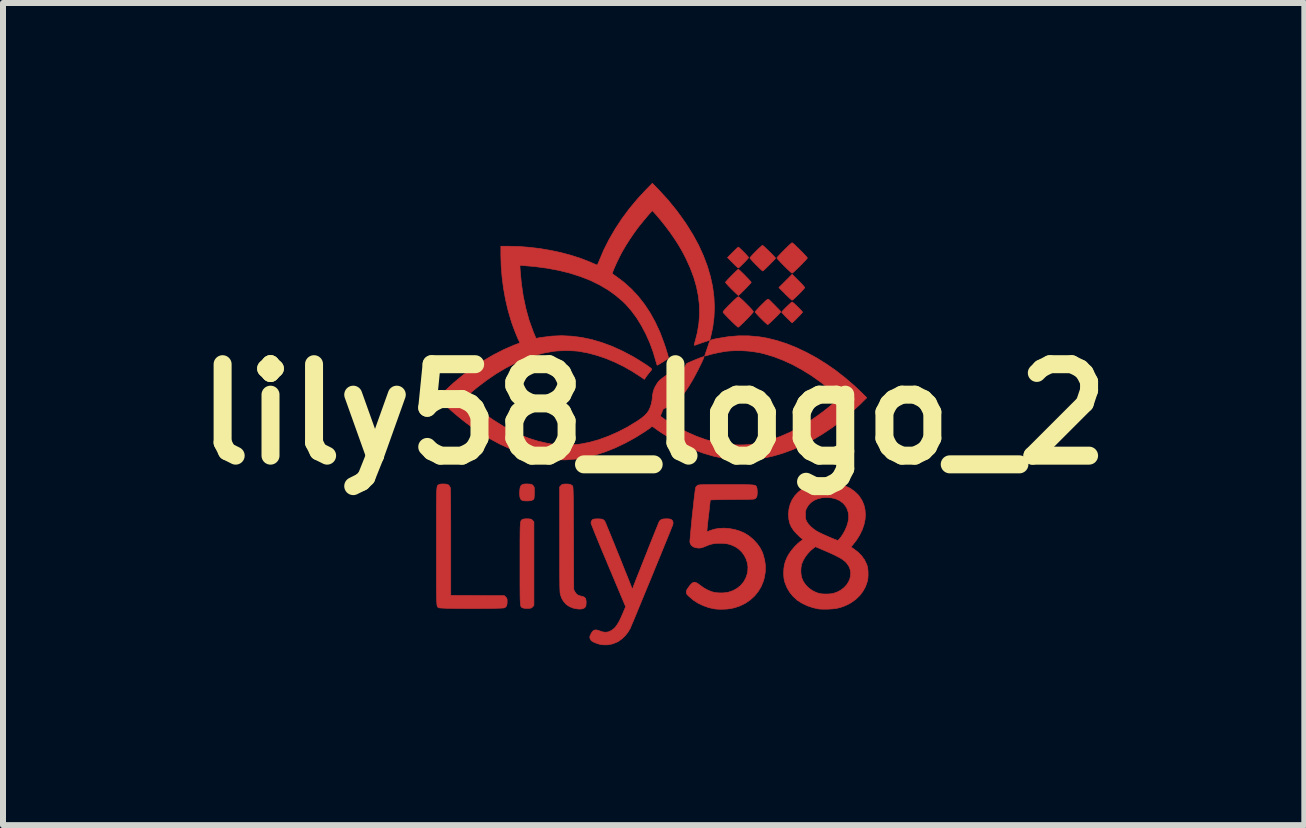
<source format=kicad_pcb>
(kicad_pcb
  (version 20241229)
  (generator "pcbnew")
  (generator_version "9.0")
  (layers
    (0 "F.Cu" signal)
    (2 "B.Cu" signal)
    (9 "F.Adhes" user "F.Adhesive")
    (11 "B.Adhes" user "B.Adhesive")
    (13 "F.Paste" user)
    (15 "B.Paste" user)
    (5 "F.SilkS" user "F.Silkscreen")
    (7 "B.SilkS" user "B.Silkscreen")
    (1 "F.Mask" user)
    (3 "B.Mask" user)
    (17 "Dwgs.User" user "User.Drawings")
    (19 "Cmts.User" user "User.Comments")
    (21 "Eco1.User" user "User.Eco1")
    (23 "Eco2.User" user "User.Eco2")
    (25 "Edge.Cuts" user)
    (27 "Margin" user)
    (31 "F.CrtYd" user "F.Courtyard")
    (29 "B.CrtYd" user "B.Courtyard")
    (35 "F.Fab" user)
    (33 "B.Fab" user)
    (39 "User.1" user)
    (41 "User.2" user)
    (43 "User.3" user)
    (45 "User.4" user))
  (footprint "lily58_logo_2"
    (layer "F.Cu")
    (at 7.845 3.855)
    (property "Reference" "lily58_logo_2" (at 0 0 0) (layer "F.SilkS") (effects (font (size 1.524 1.524) (thickness 0.3))))
    (attr through_hole)
    (fp_poly (pts (xy 2.413 -2.228) (xy 2.445 -2.196) (xy 2.473 -2.166) (xy 2.495 -2.142) (xy 2.511 -2.123) (xy 2.518 -2.113) (xy 2.518 -2.112) (xy 2.513 -2.103) (xy 2.5 -2.087) (xy 2.479 -2.064) (xy 2.454 -2.037) (xy 2.426 -2.009) (xy 2.397 -1.98) (xy 2.369 -1.953) (xy 2.344 -1.93) (xy 2.324 -1.912) (xy 2.311 -1.903) (xy 2.308 -1.901) (xy 2.299 -1.906) (xy 2.283 -1.92) (xy 2.259 -1.941) (xy 2.231 -1.968) (xy 2.199 -1.999) (xy 2.192 -2.007) (xy 2.087 -2.112) (xy 2.197 -2.222) (xy 2.308 -2.333) (xy 2.413 -2.228)) (stroke (width 0.01) (type solid)) (fill yes) (layer "F.Cu"))
    (fp_poly (pts (xy 1.419 -2.782) (xy 1.435 -2.768) (xy 1.456 -2.748) (xy 1.481 -2.724) (xy 1.507 -2.698) (xy 1.532 -2.672) (xy 1.554 -2.648) (xy 1.571 -2.629) (xy 1.581 -2.616) (xy 1.582 -2.613) (xy 1.577 -2.604) (xy 1.564 -2.588) (xy 1.544 -2.566) (xy 1.521 -2.541) (xy 1.495 -2.514) (xy 1.469 -2.489) (xy 1.446 -2.467) (xy 1.427 -2.449) (xy 1.414 -2.44) (xy 1.411 -2.438) (xy 1.404 -2.443) (xy 1.388 -2.457) (xy 1.366 -2.477) (xy 1.34 -2.503) (xy 1.317 -2.525) (xy 1.231 -2.612) (xy 1.317 -2.699) (xy 1.346 -2.728) (xy 1.372 -2.753) (xy 1.392 -2.772) (xy 1.406 -2.784) (xy 1.41 -2.787) (xy 1.419 -2.782)) (stroke (width 0.01) (type solid)) (fill yes) (layer "F.Cu"))
    (fp_poly (pts (xy -2.09 1.162) (xy -2.061 1.164) (xy -2.041 1.167) (xy -2.028 1.172) (xy -2.017 1.18) (xy -2.01 1.189) (xy -2.001 1.199) (xy -1.995 1.208) (xy -1.991 1.22) (xy -1.989 1.238) (xy -1.989 1.263) (xy -1.988 1.3) (xy -1.988 1.303) (xy -1.989 1.339) (xy -1.991 1.371) (xy -1.993 1.395) (xy -1.996 1.408) (xy -1.996 1.408) (xy -2.01 1.425) (xy -2.034 1.436) (xy -2.068 1.442) (xy -2.11 1.444) (xy -2.143 1.443) (xy -2.17 1.44) (xy -2.189 1.436) (xy -2.192 1.435) (xy -2.21 1.422) (xy -2.223 1.402) (xy -2.23 1.375) (xy -2.234 1.337) (xy -2.234 1.295) (xy -2.23 1.247) (xy -2.223 1.211) (xy -2.21 1.187) (xy -2.189 1.171) (xy -2.159 1.163) (xy -2.117 1.161) (xy -2.09 1.162)) (stroke (width 0.01) (type solid)) (fill yes) (layer "F.Cu"))
    (fp_poly (pts (xy 2.316 -1.867) (xy 2.332 -1.854) (xy 2.354 -1.835) (xy 2.379 -1.811) (xy 2.406 -1.785) (xy 2.431 -1.76) (xy 2.454 -1.736) (xy 2.471 -1.717) (xy 2.481 -1.705) (xy 2.482 -1.702) (xy 2.477 -1.695) (xy 2.464 -1.68) (xy 2.445 -1.659) (xy 2.421 -1.634) (xy 2.395 -1.608) (xy 2.37 -1.582) (xy 2.346 -1.559) (xy 2.326 -1.54) (xy 2.313 -1.527) (xy 2.308 -1.524) (xy 2.302 -1.529) (xy 2.287 -1.542) (xy 2.266 -1.563) (xy 2.24 -1.588) (xy 2.219 -1.609) (xy 2.19 -1.638) (xy 2.166 -1.664) (xy 2.147 -1.684) (xy 2.136 -1.698) (xy 2.134 -1.702) (xy 2.139 -1.71) (xy 2.152 -1.726) (xy 2.172 -1.747) (xy 2.196 -1.772) (xy 2.223 -1.798) (xy 2.249 -1.823) (xy 2.273 -1.845) (xy 2.292 -1.862) (xy 2.305 -1.871) (xy 2.308 -1.872) (xy 2.316 -1.867)) (stroke (width 0.01) (type solid)) (fill yes) (layer "F.Cu"))
    (fp_poly (pts (xy 1.419 -2.412) (xy 1.435 -2.398) (xy 1.457 -2.377) (xy 1.483 -2.352) (xy 1.512 -2.324) (xy 1.54 -2.294) (xy 1.568 -2.266) (xy 1.592 -2.24) (xy 1.611 -2.219) (xy 1.623 -2.204) (xy 1.626 -2.199) (xy 1.621 -2.191) (xy 1.607 -2.175) (xy 1.587 -2.153) (xy 1.562 -2.126) (xy 1.534 -2.097) (xy 1.505 -2.068) (xy 1.477 -2.04) (xy 1.452 -2.015) (xy 1.431 -1.996) (xy 1.417 -1.984) (xy 1.412 -1.981) (xy 1.405 -1.986) (xy 1.389 -2) (xy 1.367 -2.021) (xy 1.339 -2.047) (xy 1.308 -2.078) (xy 1.301 -2.084) (xy 1.27 -2.116) (xy 1.242 -2.145) (xy 1.22 -2.17) (xy 1.204 -2.188) (xy 1.198 -2.198) (xy 1.197 -2.199) (xy 1.202 -2.207) (xy 1.216 -2.223) (xy 1.236 -2.245) (xy 1.261 -2.272) (xy 1.289 -2.301) (xy 1.318 -2.33) (xy 1.346 -2.358) (xy 1.371 -2.382) (xy 1.392 -2.402) (xy 1.406 -2.414) (xy 1.412 -2.417) (xy 1.419 -2.412)) (stroke (width 0.01) (type solid)) (fill yes) (layer "F.Cu"))
    (fp_poly (pts (xy 1.822 -2.811) (xy 1.839 -2.797) (xy 1.861 -2.777) (xy 1.887 -2.752) (xy 1.916 -2.724) (xy 1.946 -2.695) (xy 1.974 -2.667) (xy 1.998 -2.642) (xy 2.017 -2.621) (xy 2.029 -2.607) (xy 2.032 -2.602) (xy 2.027 -2.594) (xy 2.014 -2.579) (xy 1.993 -2.557) (xy 1.968 -2.531) (xy 1.94 -2.503) (xy 1.911 -2.474) (xy 1.883 -2.446) (xy 1.858 -2.422) (xy 1.837 -2.403) (xy 1.823 -2.391) (xy 1.818 -2.388) (xy 1.811 -2.393) (xy 1.795 -2.406) (xy 1.772 -2.427) (xy 1.745 -2.454) (xy 1.714 -2.485) (xy 1.707 -2.491) (xy 1.676 -2.523) (xy 1.648 -2.552) (xy 1.626 -2.577) (xy 1.611 -2.595) (xy 1.604 -2.605) (xy 1.604 -2.606) (xy 1.609 -2.614) (xy 1.623 -2.631) (xy 1.643 -2.653) (xy 1.668 -2.68) (xy 1.696 -2.708) (xy 1.725 -2.737) (xy 1.753 -2.764) (xy 1.778 -2.787) (xy 1.798 -2.805) (xy 1.811 -2.814) (xy 1.814 -2.816) (xy 1.822 -2.811)) (stroke (width 0.01) (type solid)) (fill yes) (layer "F.Cu"))
    (fp_poly (pts (xy 1.913 -1.917) (xy 1.923 -1.91) (xy 1.94 -1.894) (xy 1.963 -1.872) (xy 1.989 -1.846) (xy 2.017 -1.818) (xy 2.045 -1.789) (xy 2.072 -1.762) (xy 2.094 -1.739) (xy 2.11 -1.721) (xy 2.118 -1.71) (xy 2.119 -1.708) (xy 2.114 -1.701) (xy 2.1 -1.685) (xy 2.08 -1.663) (xy 2.054 -1.637) (xy 2.026 -1.609) (xy 1.996 -1.58) (xy 1.968 -1.552) (xy 1.942 -1.528) (xy 1.921 -1.51) (xy 1.907 -1.498) (xy 1.901 -1.495) (xy 1.893 -1.5) (xy 1.876 -1.514) (xy 1.853 -1.535) (xy 1.825 -1.561) (xy 1.794 -1.592) (xy 1.791 -1.595) (xy 1.76 -1.626) (xy 1.733 -1.655) (xy 1.711 -1.679) (xy 1.697 -1.696) (xy 1.691 -1.705) (xy 1.691 -1.706) (xy 1.696 -1.714) (xy 1.71 -1.73) (xy 1.731 -1.754) (xy 1.757 -1.782) (xy 1.788 -1.814) (xy 1.795 -1.821) (xy 1.831 -1.856) (xy 1.858 -1.883) (xy 1.878 -1.901) (xy 1.893 -1.912) (xy 1.903 -1.918) (xy 1.91 -1.918) (xy 1.913 -1.917)) (stroke (width 0.01) (type solid)) (fill yes) (layer "F.Cu"))
    (fp_poly (pts (xy 1.421 -1.954) (xy 1.439 -1.94) (xy 1.463 -1.919) (xy 1.492 -1.893) (xy 1.522 -1.863) (xy 1.554 -1.831) (xy 1.585 -1.8) (xy 1.613 -1.771) (xy 1.636 -1.745) (xy 1.653 -1.724) (xy 1.661 -1.711) (xy 1.662 -1.709) (xy 1.657 -1.7) (xy 1.643 -1.683) (xy 1.622 -1.659) (xy 1.596 -1.631) (xy 1.567 -1.6) (xy 1.535 -1.568) (xy 1.504 -1.536) (xy 1.474 -1.507) (xy 1.448 -1.483) (xy 1.427 -1.464) (xy 1.413 -1.453) (xy 1.408 -1.451) (xy 1.4 -1.456) (xy 1.384 -1.47) (xy 1.36 -1.491) (xy 1.331 -1.519) (xy 1.299 -1.55) (xy 1.28 -1.569) (xy 1.245 -1.603) (xy 1.215 -1.635) (xy 1.189 -1.662) (xy 1.17 -1.683) (xy 1.159 -1.697) (xy 1.157 -1.701) (xy 1.157 -1.707) (xy 1.163 -1.718) (xy 1.175 -1.734) (xy 1.195 -1.755) (xy 1.223 -1.784) (xy 1.259 -1.822) (xy 1.275 -1.837) (xy 1.318 -1.88) (xy 1.354 -1.914) (xy 1.382 -1.939) (xy 1.401 -1.954) (xy 1.412 -1.959) (xy 1.421 -1.954)) (stroke (width 0.01) (type solid)) (fill yes) (layer "F.Cu"))
    (fp_poly (pts (xy 2.316 -2.854) (xy 2.333 -2.841) (xy 2.356 -2.82) (xy 2.383 -2.793) (xy 2.414 -2.764) (xy 2.445 -2.732) (xy 2.477 -2.701) (xy 2.505 -2.671) (xy 2.53 -2.645) (xy 2.548 -2.624) (xy 2.56 -2.61) (xy 2.562 -2.605) (xy 2.557 -2.597) (xy 2.543 -2.58) (xy 2.522 -2.557) (xy 2.496 -2.53) (xy 2.466 -2.499) (xy 2.435 -2.468) (xy 2.403 -2.437) (xy 2.373 -2.408) (xy 2.347 -2.383) (xy 2.326 -2.365) (xy 2.312 -2.354) (xy 2.308 -2.351) (xy 2.3 -2.356) (xy 2.283 -2.37) (xy 2.259 -2.392) (xy 2.23 -2.419) (xy 2.197 -2.451) (xy 2.175 -2.473) (xy 2.141 -2.508) (xy 2.111 -2.539) (xy 2.085 -2.567) (xy 2.066 -2.588) (xy 2.056 -2.602) (xy 2.054 -2.605) (xy 2.059 -2.614) (xy 2.073 -2.63) (xy 2.093 -2.653) (xy 2.12 -2.681) (xy 2.149 -2.711) (xy 2.181 -2.743) (xy 2.212 -2.774) (xy 2.242 -2.803) (xy 2.268 -2.827) (xy 2.289 -2.846) (xy 2.303 -2.857) (xy 2.308 -2.859) (xy 2.316 -2.854)) (stroke (width 0.01) (type solid)) (fill yes) (layer "F.Cu"))
    (fp_poly (pts (xy -2.099 1.743) (xy -2.069 1.744) (xy -2.049 1.747) (xy -2.036 1.752) (xy -2.026 1.76) (xy -2.017 1.769) (xy -1.996 1.793) (xy -1.996 3.186) (xy -2.017 3.209) (xy -2.028 3.221) (xy -2.039 3.228) (xy -2.053 3.232) (xy -2.075 3.234) (xy -2.099 3.235) (xy -2.141 3.235) (xy -2.172 3.23) (xy -2.183 3.226) (xy -2.19 3.223) (xy -2.197 3.22) (xy -2.203 3.216) (xy -2.208 3.21) (xy -2.212 3.203) (xy -2.216 3.191) (xy -2.219 3.176) (xy -2.221 3.155) (xy -2.223 3.128) (xy -2.225 3.095) (xy -2.226 3.054) (xy -2.227 3.004) (xy -2.227 2.945) (xy -2.228 2.876) (xy -2.228 2.796) (xy -2.228 2.703) (xy -2.228 2.598) (xy -2.228 2.489) (xy -2.228 2.372) (xy -2.228 2.268) (xy -2.228 2.176) (xy -2.228 2.097) (xy -2.227 2.029) (xy -2.227 1.971) (xy -2.226 1.922) (xy -2.225 1.882) (xy -2.223 1.849) (xy -2.221 1.823) (xy -2.218 1.803) (xy -2.215 1.788) (xy -2.212 1.777) (xy -2.207 1.769) (xy -2.203 1.763) (xy -2.197 1.759) (xy -2.19 1.756) (xy -2.184 1.752) (xy -2.167 1.746) (xy -2.144 1.743) (xy -2.113 1.742) (xy -2.099 1.743)) (stroke (width 0.01) (type solid)) (fill yes) (layer "F.Cu"))
    (fp_poly (pts (xy -1.422 1.163) (xy -1.386 1.17) (xy -1.361 1.185) (xy -1.351 1.196) (xy -1.349 1.2) (xy -1.348 1.205) (xy -1.346 1.213) (xy -1.345 1.224) (xy -1.344 1.239) (xy -1.343 1.259) (xy -1.342 1.285) (xy -1.341 1.317) (xy -1.34 1.357) (xy -1.339 1.404) (xy -1.339 1.46) (xy -1.338 1.526) (xy -1.338 1.602) (xy -1.337 1.689) (xy -1.337 1.789) (xy -1.336 1.9) (xy -1.335 2.026) (xy -1.335 2.068) (xy -1.332 2.921) (xy -1.314 2.957) (xy -1.289 2.993) (xy -1.257 3.017) (xy -1.217 3.029) (xy -1.214 3.03) (xy -1.175 3.039) (xy -1.149 3.053) (xy -1.134 3.073) (xy -1.128 3.095) (xy -1.125 3.126) (xy -1.126 3.158) (xy -1.129 3.188) (xy -1.135 3.207) (xy -1.155 3.228) (xy -1.185 3.242) (xy -1.227 3.247) (xy -1.274 3.244) (xy -1.344 3.23) (xy -1.406 3.204) (xy -1.459 3.167) (xy -1.502 3.119) (xy -1.535 3.062) (xy -1.557 2.996) (xy -1.558 2.987) (xy -1.56 2.975) (xy -1.561 2.96) (xy -1.562 2.94) (xy -1.563 2.914) (xy -1.564 2.882) (xy -1.565 2.844) (xy -1.565 2.797) (xy -1.566 2.743) (xy -1.566 2.679) (xy -1.567 2.605) (xy -1.567 2.52) (xy -1.567 2.424) (xy -1.567 2.315) (xy -1.567 2.193) (xy -1.567 2.081) (xy -1.568 1.212) (xy -1.547 1.189) (xy -1.535 1.176) (xy -1.523 1.169) (xy -1.507 1.165) (xy -1.482 1.163) (xy -1.471 1.162) (xy -1.422 1.163)) (stroke (width 0.01) (type solid)) (fill yes) (layer "F.Cu"))
    (fp_poly (pts (xy -3.494 1.162) (xy -3.463 1.164) (xy -3.442 1.167) (xy -3.428 1.173) (xy -3.416 1.181) (xy -3.415 1.182) (xy -3.4 1.202) (xy -3.389 1.225) (xy -3.389 1.226) (xy -3.388 1.237) (xy -3.387 1.263) (xy -3.386 1.303) (xy -3.385 1.356) (xy -3.384 1.422) (xy -3.384 1.501) (xy -3.383 1.593) (xy -3.383 1.697) (xy -3.382 1.812) (xy -3.382 1.94) (xy -3.382 2.078) (xy -3.382 2.135) (xy -3.382 3.019) (xy -2.936 3.021) (xy -2.489 3.023) (xy -2.466 3.046) (xy -2.453 3.06) (xy -2.446 3.072) (xy -2.443 3.087) (xy -2.442 3.111) (xy -2.442 3.123) (xy -2.444 3.163) (xy -2.451 3.191) (xy -2.465 3.211) (xy -2.485 3.225) (xy -2.486 3.225) (xy -2.498 3.228) (xy -2.523 3.23) (xy -2.56 3.232) (xy -2.607 3.233) (xy -2.663 3.235) (xy -2.726 3.236) (xy -2.794 3.237) (xy -2.868 3.237) (xy -2.944 3.238) (xy -3.022 3.238) (xy -3.1 3.238) (xy -3.177 3.237) (xy -3.252 3.237) (xy -3.322 3.236) (xy -3.387 3.235) (xy -3.444 3.234) (xy -3.494 3.232) (xy -3.533 3.23) (xy -3.562 3.228) (xy -3.577 3.226) (xy -3.579 3.225) (xy -3.585 3.222) (xy -3.591 3.22) (xy -3.595 3.217) (xy -3.6 3.213) (xy -3.603 3.208) (xy -3.607 3.199) (xy -3.61 3.188) (xy -3.612 3.173) (xy -3.614 3.153) (xy -3.616 3.127) (xy -3.617 3.096) (xy -3.618 3.057) (xy -3.619 3.011) (xy -3.62 2.957) (xy -3.621 2.894) (xy -3.621 2.821) (xy -3.621 2.738) (xy -3.621 2.643) (xy -3.621 2.536) (xy -3.621 2.417) (xy -3.621 2.285) (xy -3.621 2.199) (xy -3.621 2.058) (xy -3.621 1.931) (xy -3.621 1.817) (xy -3.621 1.715) (xy -3.621 1.625) (xy -3.621 1.546) (xy -3.62 1.477) (xy -3.62 1.417) (xy -3.619 1.366) (xy -3.618 1.323) (xy -3.617 1.288) (xy -3.615 1.259) (xy -3.613 1.236) (xy -3.611 1.218) (xy -3.608 1.204) (xy -3.605 1.194) (xy -3.601 1.187) (xy -3.597 1.182) (xy -3.592 1.179) (xy -3.587 1.176) (xy -3.581 1.174) (xy -3.577 1.171) (xy -3.559 1.165) (xy -3.535 1.162) (xy -3.502 1.162) (xy -3.494 1.162)) (stroke (width 0.01) (type solid)) (fill yes) (layer "F.Cu"))
    (fp_poly (pts (xy 0.249 1.743) (xy 0.278 1.748) (xy 0.29 1.752) (xy 0.312 1.771) (xy 0.323 1.798) (xy 0.322 1.83) (xy 0.321 1.834) (xy 0.318 1.844) (xy 0.309 1.866) (xy 0.295 1.9) (xy 0.278 1.944) (xy 0.256 1.998) (xy 0.231 2.06) (xy 0.202 2.13) (xy 0.171 2.206) (xy 0.138 2.287) (xy 0.103 2.373) (xy 0.066 2.463) (xy 0.028 2.555) (xy -0.01 2.649) (xy -0.049 2.744) (xy -0.088 2.838) (xy -0.126 2.93) (xy -0.163 3.02) (xy -0.199 3.107) (xy -0.233 3.19) (xy -0.265 3.267) (xy -0.294 3.338) (xy -0.32 3.401) (xy -0.343 3.456) (xy -0.363 3.502) (xy -0.378 3.538) (xy -0.388 3.562) (xy -0.393 3.574) (xy -0.394 3.574) (xy -0.43 3.635) (xy -0.476 3.692) (xy -0.528 3.742) (xy -0.584 3.783) (xy -0.612 3.798) (xy -0.685 3.827) (xy -0.76 3.842) (xy -0.835 3.843) (xy -0.89 3.836) (xy -0.932 3.824) (xy -0.974 3.809) (xy -1.011 3.792) (xy -1.032 3.779) (xy -1.048 3.762) (xy -1.06 3.739) (xy -1.06 3.737) (xy -1.064 3.721) (xy -1.064 3.707) (xy -1.059 3.691) (xy -1.049 3.668) (xy -1.046 3.661) (xy -1.025 3.626) (xy -1.002 3.603) (xy -0.975 3.594) (xy -0.943 3.596) (xy -0.903 3.609) (xy -0.901 3.61) (xy -0.848 3.628) (xy -0.8 3.633) (xy -0.755 3.627) (xy -0.711 3.607) (xy -0.683 3.589) (xy -0.654 3.564) (xy -0.627 3.534) (xy -0.601 3.495) (xy -0.573 3.448) (xy -0.545 3.389) (xy -0.519 3.33) (xy -0.467 3.207) (xy -0.756 2.52) (xy -0.805 2.402) (xy -0.851 2.294) (xy -0.892 2.195) (xy -0.928 2.107) (xy -0.96 2.029) (xy -0.987 1.963) (xy -1.009 1.907) (xy -1.026 1.864) (xy -1.038 1.833) (xy -1.044 1.815) (xy -1.045 1.81) (xy -1.039 1.783) (xy -1.028 1.766) (xy -1.019 1.756) (xy -1.009 1.75) (xy -0.996 1.747) (xy -0.975 1.745) (xy -0.944 1.743) (xy -0.939 1.743) (xy -0.894 1.744) (xy -0.862 1.748) (xy -0.838 1.758) (xy -0.82 1.775) (xy -0.81 1.792) (xy -0.805 1.803) (xy -0.795 1.826) (xy -0.781 1.86) (xy -0.763 1.904) (xy -0.741 1.956) (xy -0.717 2.015) (xy -0.691 2.08) (xy -0.662 2.149) (xy -0.633 2.222) (xy -0.603 2.297) (xy -0.572 2.372) (xy -0.542 2.447) (xy -0.513 2.52) (xy -0.485 2.59) (xy -0.459 2.655) (xy -0.435 2.714) (xy -0.414 2.767) (xy -0.396 2.811) (xy -0.383 2.846) (xy -0.373 2.87) (xy -0.369 2.881) (xy -0.369 2.881) (xy -0.363 2.899) (xy -0.357 2.909) (xy -0.356 2.91) (xy -0.351 2.904) (xy -0.344 2.888) (xy -0.342 2.881) (xy -0.338 2.87) (xy -0.329 2.846) (xy -0.315 2.811) (xy -0.298 2.767) (xy -0.278 2.714) (xy -0.254 2.655) (xy -0.228 2.59) (xy -0.201 2.52) (xy -0.172 2.447) (xy -0.142 2.372) (xy -0.112 2.297) (xy -0.083 2.222) (xy -0.054 2.149) (xy -0.026 2.08) (xy 0.000123 2.015) (xy 0.024 1.956) (xy 0.045 1.904) (xy 0.063 1.86) (xy 0.076 1.826) (xy 0.086 1.803) (xy 0.091 1.792) (xy 0.091 1.792) (xy 0.107 1.769) (xy 0.13 1.753) (xy 0.162 1.745) (xy 0.204 1.742) (xy 0.209 1.742) (xy 0.249 1.743)) (stroke (width 0.01) (type solid)) (fill yes) (layer "F.Cu"))
    (fp_poly (pts (xy 1.301 1.172) (xy 1.384 1.172) (xy 1.455 1.172) (xy 1.514 1.173) (xy 1.563 1.174) (xy 1.603 1.175) (xy 1.635 1.177) (xy 1.659 1.179) (xy 1.678 1.182) (xy 1.691 1.186) (xy 1.701 1.191) (xy 1.707 1.197) (xy 1.712 1.204) (xy 1.715 1.212) (xy 1.717 1.217) (xy 1.723 1.239) (xy 1.726 1.271) (xy 1.727 1.306) (xy 1.725 1.339) (xy 1.721 1.366) (xy 1.719 1.37) (xy 1.708 1.391) (xy 1.692 1.406) (xy 1.687 1.409) (xy 1.68 1.411) (xy 1.67 1.413) (xy 1.656 1.415) (xy 1.637 1.416) (xy 1.611 1.417) (xy 1.577 1.418) (xy 1.534 1.419) (xy 1.48 1.42) (xy 1.415 1.42) (xy 1.337 1.421) (xy 1.308 1.421) (xy 1.237 1.421) (xy 1.17 1.422) (xy 1.11 1.423) (xy 1.056 1.424) (xy 1.012 1.425) (xy 0.977 1.426) (xy 0.954 1.428) (xy 0.944 1.429) (xy 0.943 1.429) (xy 0.943 1.438) (xy 0.94 1.459) (xy 0.937 1.491) (xy 0.932 1.533) (xy 0.927 1.582) (xy 0.921 1.638) (xy 0.914 1.695) (xy 0.907 1.754) (xy 0.901 1.809) (xy 0.896 1.858) (xy 0.892 1.899) (xy 0.889 1.93) (xy 0.888 1.95) (xy 0.888 1.957) (xy 0.895 1.956) (xy 0.912 1.95) (xy 0.93 1.942) (xy 1.004 1.917) (xy 1.087 1.902) (xy 1.174 1.898) (xy 1.264 1.905) (xy 1.354 1.922) (xy 1.442 1.949) (xy 1.447 1.951) (xy 1.518 1.983) (xy 1.581 2.022) (xy 1.641 2.07) (xy 1.673 2.1) (xy 1.729 2.162) (xy 1.773 2.224) (xy 1.807 2.29) (xy 1.823 2.331) (xy 1.85 2.429) (xy 1.863 2.527) (xy 1.861 2.625) (xy 1.845 2.723) (xy 1.828 2.783) (xy 1.791 2.873) (xy 1.742 2.954) (xy 1.682 3.028) (xy 1.612 3.092) (xy 1.533 3.147) (xy 1.445 3.191) (xy 1.35 3.224) (xy 1.274 3.24) (xy 1.225 3.246) (xy 1.167 3.249) (xy 1.106 3.25) (xy 1.049 3.247) (xy 1.013 3.243) (xy 0.92 3.223) (xy 0.829 3.191) (xy 0.741 3.149) (xy 0.66 3.097) (xy 0.59 3.037) (xy 0.59 3.037) (xy 0.567 3.015) (xy 0.554 2.999) (xy 0.547 2.986) (xy 0.545 2.972) (xy 0.544 2.963) (xy 0.546 2.947) (xy 0.551 2.931) (xy 0.561 2.912) (xy 0.579 2.887) (xy 0.588 2.874) (xy 0.617 2.837) (xy 0.642 2.813) (xy 0.666 2.801) (xy 0.691 2.8) (xy 0.719 2.811) (xy 0.752 2.833) (xy 0.781 2.855) (xy 0.832 2.891) (xy 0.891 2.925) (xy 0.951 2.951) (xy 0.994 2.965) (xy 1.037 2.973) (xy 1.088 2.977) (xy 1.142 2.978) (xy 1.194 2.974) (xy 1.239 2.967) (xy 1.248 2.965) (xy 1.326 2.938) (xy 1.394 2.899) (xy 1.452 2.851) (xy 1.5 2.794) (xy 1.536 2.729) (xy 1.561 2.656) (xy 1.568 2.617) (xy 1.572 2.546) (xy 1.562 2.476) (xy 1.539 2.408) (xy 1.506 2.345) (xy 1.462 2.288) (xy 1.408 2.239) (xy 1.358 2.207) (xy 1.309 2.184) (xy 1.263 2.168) (xy 1.215 2.157) (xy 1.159 2.152) (xy 1.132 2.15) (xy 1.07 2.15) (xy 1.016 2.154) (xy 0.966 2.164) (xy 0.914 2.18) (xy 0.865 2.2) (xy 0.828 2.215) (xy 0.8 2.224) (xy 0.776 2.229) (xy 0.751 2.23) (xy 0.705 2.225) (xy 0.665 2.212) (xy 0.633 2.19) (xy 0.613 2.161) (xy 0.604 2.132) (xy 0.604 2.118) (xy 0.606 2.091) (xy 0.609 2.053) (xy 0.613 2.006) (xy 0.618 1.95) (xy 0.624 1.889) (xy 0.63 1.823) (xy 0.637 1.753) (xy 0.644 1.682) (xy 0.652 1.611) (xy 0.66 1.541) (xy 0.667 1.474) (xy 0.674 1.411) (xy 0.681 1.355) (xy 0.687 1.306) (xy 0.692 1.266) (xy 0.697 1.238) (xy 0.7 1.221) (xy 0.701 1.218) (xy 0.715 1.199) (xy 0.731 1.185) (xy 0.736 1.182) (xy 0.742 1.18) (xy 0.752 1.178) (xy 0.765 1.177) (xy 0.783 1.175) (xy 0.807 1.174) (xy 0.839 1.173) (xy 0.879 1.173) (xy 0.928 1.172) (xy 0.988 1.172) (xy 1.059 1.172) (xy 1.143 1.172) (xy 1.204 1.172) (xy 1.301 1.172)) (stroke (width 0.01) (type solid)) (fill yes) (layer "F.Cu"))
    (fp_poly (pts (xy 2.929 1.141) (xy 2.994 1.146) (xy 3.053 1.154) (xy 3.099 1.163) (xy 3.192 1.194) (xy 3.274 1.233) (xy 3.346 1.283) (xy 3.408 1.342) (xy 3.426 1.364) (xy 3.471 1.433) (xy 3.503 1.506) (xy 3.522 1.585) (xy 3.529 1.667) (xy 3.524 1.752) (xy 3.506 1.838) (xy 3.476 1.925) (xy 3.434 2.012) (xy 3.381 2.097) (xy 3.327 2.166) (xy 3.289 2.212) (xy 3.34 2.247) (xy 3.41 2.301) (xy 3.468 2.362) (xy 3.515 2.428) (xy 3.549 2.497) (xy 3.558 2.522) (xy 3.568 2.566) (xy 3.573 2.619) (xy 3.574 2.676) (xy 3.571 2.731) (xy 3.563 2.779) (xy 3.561 2.787) (xy 3.531 2.873) (xy 3.487 2.952) (xy 3.432 3.024) (xy 3.366 3.087) (xy 3.288 3.142) (xy 3.235 3.171) (xy 3.17 3.2) (xy 3.108 3.221) (xy 3.045 3.236) (xy 2.975 3.244) (xy 2.903 3.248) (xy 2.86 3.248) (xy 2.818 3.248) (xy 2.782 3.247) (xy 2.754 3.245) (xy 2.747 3.244) (xy 2.653 3.223) (xy 2.562 3.192) (xy 2.477 3.152) (xy 2.402 3.105) (xy 2.391 3.097) (xy 2.325 3.037) (xy 2.268 2.967) (xy 2.222 2.89) (xy 2.189 2.807) (xy 2.183 2.79) (xy 2.176 2.758) (xy 2.171 2.727) (xy 2.168 2.691) (xy 2.167 2.646) (xy 2.167 2.642) (xy 2.168 2.611) (xy 2.453 2.611) (xy 2.456 2.666) (xy 2.465 2.714) (xy 2.467 2.723) (xy 2.494 2.786) (xy 2.534 2.844) (xy 2.584 2.895) (xy 2.643 2.937) (xy 2.709 2.97) (xy 2.758 2.986) (xy 2.794 2.992) (xy 2.839 2.996) (xy 2.888 2.996) (xy 2.936 2.994) (xy 2.977 2.989) (xy 2.992 2.986) (xy 3.059 2.963) (xy 3.119 2.931) (xy 3.171 2.891) (xy 3.214 2.846) (xy 3.247 2.796) (xy 3.27 2.743) (xy 3.282 2.689) (xy 3.284 2.633) (xy 3.273 2.579) (xy 3.25 2.526) (xy 3.214 2.478) (xy 3.193 2.456) (xy 3.169 2.436) (xy 3.142 2.416) (xy 3.11 2.396) (xy 3.071 2.375) (xy 3.024 2.351) (xy 2.968 2.325) (xy 2.9 2.294) (xy 2.846 2.271) (xy 2.697 2.207) (xy 2.663 2.232) (xy 2.612 2.275) (xy 2.564 2.327) (xy 2.523 2.383) (xy 2.49 2.44) (xy 2.467 2.496) (xy 2.464 2.507) (xy 2.456 2.556) (xy 2.453 2.611) (xy 2.168 2.611) (xy 2.17 2.572) (xy 2.179 2.511) (xy 2.195 2.453) (xy 2.221 2.391) (xy 2.225 2.382) (xy 2.256 2.327) (xy 2.297 2.269) (xy 2.344 2.213) (xy 2.394 2.162) (xy 2.444 2.119) (xy 2.463 2.106) (xy 2.491 2.087) (xy 2.467 2.069) (xy 2.452 2.057) (xy 2.43 2.037) (xy 2.404 2.012) (xy 2.38 1.989) (xy 2.329 1.931) (xy 2.292 1.873) (xy 2.266 1.812) (xy 2.252 1.745) (xy 2.248 1.676) (xy 2.529 1.676) (xy 2.53 1.711) (xy 2.532 1.736) (xy 2.537 1.756) (xy 2.545 1.776) (xy 2.551 1.788) (xy 2.576 1.826) (xy 2.612 1.866) (xy 2.656 1.905) (xy 2.705 1.94) (xy 2.725 1.952) (xy 2.749 1.965) (xy 2.781 1.981) (xy 2.819 1.999) (xy 2.861 2.018) (xy 2.904 2.037) (xy 2.946 2.055) (xy 2.986 2.072) (xy 3.02 2.086) (xy 3.047 2.096) (xy 3.064 2.102) (xy 3.069 2.103) (xy 3.078 2.096) (xy 3.093 2.081) (xy 3.111 2.06) (xy 3.119 2.05) (xy 3.158 1.992) (xy 3.192 1.929) (xy 3.22 1.863) (xy 3.239 1.799) (xy 3.25 1.739) (xy 3.251 1.71) (xy 3.245 1.642) (xy 3.226 1.58) (xy 3.195 1.525) (xy 3.154 1.479) (xy 3.102 1.441) (xy 3.041 1.412) (xy 2.972 1.394) (xy 2.895 1.387) (xy 2.881 1.386) (xy 2.804 1.392) (xy 2.734 1.409) (xy 2.673 1.435) (xy 2.62 1.472) (xy 2.577 1.518) (xy 2.549 1.566) (xy 2.539 1.588) (xy 2.533 1.609) (xy 2.53 1.632) (xy 2.529 1.663) (xy 2.529 1.676) (xy 2.248 1.676) (xy 2.247 1.67) (xy 2.247 1.666) (xy 2.255 1.58) (xy 2.275 1.499) (xy 2.308 1.425) (xy 2.353 1.358) (xy 2.408 1.299) (xy 2.474 1.247) (xy 2.55 1.205) (xy 2.634 1.172) (xy 2.727 1.15) (xy 2.75 1.146) (xy 2.803 1.141) (xy 2.864 1.14) (xy 2.929 1.141)) (stroke (width 0.01) (type solid)) (fill yes) (layer "F.Cu"))
    (fp_poly (pts (xy 0.078 -3.748) (xy 0.237 -3.575) (xy 0.386 -3.392) (xy 0.525 -3.199) (xy 0.548 -3.164) (xy 0.657 -2.989) (xy 0.751 -2.815) (xy 0.83 -2.641) (xy 0.895 -2.468) (xy 0.946 -2.296) (xy 0.983 -2.125) (xy 1.005 -1.955) (xy 1.013 -1.786) (xy 1.006 -1.618) (xy 0.985 -1.451) (xy 0.949 -1.285) (xy 0.944 -1.265) (xy 0.936 -1.234) (xy 0.864 -1.212) (xy 0.826 -1.199) (xy 0.785 -1.185) (xy 0.748 -1.172) (xy 0.737 -1.168) (xy 0.71 -1.158) (xy 0.69 -1.152) (xy 0.678 -1.15) (xy 0.676 -1.15) (xy 0.677 -1.158) (xy 0.681 -1.177) (xy 0.687 -1.203) (xy 0.692 -1.217) (xy 0.73 -1.369) (xy 0.754 -1.52) (xy 0.765 -1.671) (xy 0.762 -1.823) (xy 0.744 -1.976) (xy 0.713 -2.13) (xy 0.668 -2.285) (xy 0.608 -2.443) (xy 0.535 -2.603) (xy 0.533 -2.606) (xy 0.494 -2.683) (xy 0.456 -2.751) (xy 0.418 -2.816) (xy 0.375 -2.884) (xy 0.346 -2.928) (xy 0.277 -3.028) (xy 0.201 -3.13) (xy 0.122 -3.229) (xy 0.044 -3.322) (xy 0.013 -3.356) (xy -0.02 -3.393) (xy -0.036 -3.378) (xy -0.05 -3.364) (xy -0.072 -3.34) (xy -0.099 -3.309) (xy -0.129 -3.273) (xy -0.162 -3.234) (xy -0.195 -3.193) (xy -0.227 -3.154) (xy -0.256 -3.117) (xy -0.263 -3.109) (xy -0.331 -3.015) (xy -0.4 -2.913) (xy -0.465 -2.811) (xy -0.522 -2.714) (xy -0.544 -2.673) (xy -0.567 -2.628) (xy -0.59 -2.581) (xy -0.613 -2.534) (xy -0.634 -2.487) (xy -0.653 -2.445) (xy -0.669 -2.407) (xy -0.681 -2.376) (xy -0.688 -2.354) (xy -0.69 -2.343) (xy -0.689 -2.342) (xy -0.682 -2.337) (xy -0.666 -2.326) (xy -0.643 -2.31) (xy -0.624 -2.297) (xy -0.493 -2.198) (xy -0.37 -2.087) (xy -0.257 -1.966) (xy -0.153 -1.833) (xy -0.058 -1.689) (xy 0.028 -1.533) (xy 0.105 -1.366) (xy 0.172 -1.188) (xy 0.189 -1.139) (xy 0.203 -1.096) (xy 0.216 -1.054) (xy 0.227 -1.017) (xy 0.236 -0.988) (xy 0.24 -0.973) (xy 0.244 -0.95) (xy 0.245 -0.937) (xy 0.241 -0.929) (xy 0.236 -0.926) (xy 0.226 -0.919) (xy 0.205 -0.906) (xy 0.179 -0.889) (xy 0.148 -0.869) (xy 0.143 -0.866) (xy 0.112 -0.847) (xy 0.087 -0.832) (xy 0.068 -0.822) (xy 0.058 -0.818) (xy 0.057 -0.819) (xy 0.054 -0.828) (xy 0.048 -0.847) (xy 0.04 -0.873) (xy 0.037 -0.885) (xy -0.01 -1.043) (xy -0.066 -1.195) (xy -0.131 -1.34) (xy -0.203 -1.476) (xy -0.281 -1.603) (xy -0.367 -1.72) (xy -0.457 -1.824) (xy -0.513 -1.88) (xy -0.632 -1.981) (xy -0.762 -2.074) (xy -0.903 -2.157) (xy -1.054 -2.231) (xy -1.217 -2.295) (xy -1.39 -2.351) (xy -1.575 -2.397) (xy -1.771 -2.434) (xy -1.978 -2.462) (xy -2.165 -2.478) (xy -2.23 -2.483) (xy -2.225 -2.401) (xy -2.205 -2.18) (xy -2.174 -1.969) (xy -2.131 -1.765) (xy -2.077 -1.57) (xy -2.01 -1.383) (xy -1.975 -1.299) (xy -1.961 -1.266) (xy -1.864 -1.282) (xy -1.699 -1.303) (xy -1.534 -1.31) (xy -1.368 -1.302) (xy -1.201 -1.281) (xy -1.034 -1.246) (xy -0.865 -1.196) (xy -0.694 -1.133) (xy -0.522 -1.055) (xy -0.348 -0.963) (xy -0.333 -0.954) (xy -0.29 -0.929) (xy -0.246 -0.902) (xy -0.201 -0.873) (xy -0.157 -0.846) (xy -0.118 -0.82) (xy -0.084 -0.797) (xy -0.059 -0.778) (xy -0.043 -0.765) (xy -0.041 -0.763) (xy -0.034 -0.755) (xy -0.033 -0.747) (xy -0.038 -0.737) (xy -0.05 -0.722) (xy -0.063 -0.706) (xy -0.086 -0.678) (xy -0.11 -0.647) (xy -0.127 -0.623) (xy -0.154 -0.582) (xy -0.221 -0.628) (xy -0.359 -0.717) (xy -0.502 -0.798) (xy -0.648 -0.869) (xy -0.796 -0.931) (xy -0.944 -0.981) (xy -1.089 -1.02) (xy -1.231 -1.047) (xy -1.274 -1.053) (xy -1.33 -1.057) (xy -1.396 -1.06) (xy -1.467 -1.061) (xy -1.538 -1.059) (xy -1.606 -1.056) (xy -1.664 -1.05) (xy -1.673 -1.049) (xy -1.829 -1.021) (xy -1.986 -0.979) (xy -2.146 -0.923) (xy -2.305 -0.853) (xy -2.465 -0.771) (xy -2.625 -0.676) (xy -2.783 -0.568) (xy -2.94 -0.449) (xy -2.954 -0.437) (xy -2.99 -0.408) (xy -3.026 -0.378) (xy -3.058 -0.35) (xy -3.084 -0.327) (xy -3.092 -0.321) (xy -3.139 -0.277) (xy -3.121 -0.258) (xy -3.093 -0.23) (xy -3.055 -0.196) (xy -3.009 -0.157) (xy -2.957 -0.114) (xy -2.9 -0.069) (xy -2.84 -0.024) (xy -2.779 0.02) (xy -2.72 0.062) (xy -2.664 0.1) (xy -2.656 0.105) (xy -2.506 0.199) (xy -2.359 0.279) (xy -2.214 0.347) (xy -2.071 0.403) (xy -1.927 0.448) (xy -1.78 0.482) (xy -1.686 0.498) (xy -1.631 0.505) (xy -1.566 0.509) (xy -1.495 0.511) (xy -1.422 0.511) (xy -1.351 0.508) (xy -1.285 0.504) (xy -1.23 0.498) (xy -1.23 0.498) (xy -1.074 0.468) (xy -0.916 0.424) (xy -0.757 0.366) (xy -0.597 0.296) (xy -0.437 0.213) (xy -0.279 0.117) (xy -0.262 0.106) (xy -0.202 0.064) (xy -0.154 0.025) (xy -0.116 -0.015) (xy -0.087 -0.055) (xy -0.082 -0.063) (xy -0.058 -0.115) (xy -0.039 -0.174) (xy -0.027 -0.235) (xy -0.025 -0.25) (xy -0.02 -0.306) (xy -0.013 -0.35) (xy -0.004 -0.388) (xy 0.008 -0.424) (xy 0.022 -0.454) (xy 0.04 -0.486) (xy 0.06 -0.519) (xy 0.081 -0.546) (xy 0.084 -0.55) (xy 0.101 -0.567) (xy 0.125 -0.587) (xy 0.154 -0.61) (xy 0.185 -0.632) (xy 0.216 -0.654) (xy 0.246 -0.673) (xy 0.271 -0.688) (xy 0.289 -0.697) (xy 0.299 -0.698) (xy 0.299 -0.698) (xy 0.303 -0.687) (xy 0.307 -0.664) (xy 0.309 -0.633) (xy 0.31 -0.597) (xy 0.31 -0.559) (xy 0.308 -0.522) (xy 0.305 -0.49) (xy 0.303 -0.477) (xy 0.293 -0.42) (xy 0.309 -0.441) (xy 0.324 -0.46) (xy 0.344 -0.491) (xy 0.368 -0.528) (xy 0.395 -0.572) (xy 0.422 -0.618) (xy 0.449 -0.664) (xy 0.474 -0.708) (xy 0.496 -0.747) (xy 0.497 -0.749) (xy 0.548 -0.845) (xy 0.619 -0.877) (xy 0.651 -0.891) (xy 0.687 -0.906) (xy 0.724 -0.921) (xy 0.76 -0.935) (xy 0.792 -0.947) (xy 0.818 -0.956) (xy 0.835 -0.961) (xy 0.84 -0.962) (xy 0.839 -0.954) (xy 0.832 -0.935) (xy 0.82 -0.906) (xy 0.803 -0.87) (xy 0.784 -0.829) (xy 0.761 -0.784) (xy 0.738 -0.736) (xy 0.713 -0.689) (xy 0.689 -0.643) (xy 0.666 -0.601) (xy 0.645 -0.564) (xy 0.641 -0.557) (xy 0.59 -0.472) (xy 0.542 -0.4) (xy 0.498 -0.338) (xy 0.456 -0.286) (xy 0.414 -0.241) (xy 0.371 -0.204) (xy 0.326 -0.172) (xy 0.277 -0.143) (xy 0.224 -0.118) (xy 0.22 -0.116) (xy 0.191 -0.103) (xy 0.172 -0.094) (xy 0.16 -0.085) (xy 0.152 -0.074) (xy 0.146 -0.058) (xy 0.145 -0.053) (xy 0.135 -0.027) (xy 0.125 -0.003) (xy 0.121 0.005) (xy 0.114 0.021) (xy 0.115 0.03) (xy 0.125 0.041) (xy 0.126 0.042) (xy 0.137 0.051) (xy 0.159 0.066) (xy 0.187 0.086) (xy 0.219 0.107) (xy 0.227 0.112) (xy 0.389 0.211) (xy 0.553 0.296) (xy 0.717 0.368) (xy 0.88 0.426) (xy 1.042 0.47) (xy 1.187 0.498) (xy 1.237 0.504) (xy 1.298 0.508) (xy 1.365 0.51) (xy 1.434 0.511) (xy 1.501 0.51) (xy 1.562 0.507) (xy 1.613 0.502) (xy 1.618 0.502) (xy 1.781 0.472) (xy 1.944 0.429) (xy 2.108 0.371) (xy 2.272 0.3) (xy 2.434 0.216) (xy 2.45 0.206) (xy 2.541 0.152) (xy 2.636 0.09) (xy 2.732 0.023) (xy 2.826 -0.046) (xy 2.915 -0.116) (xy 2.995 -0.183) (xy 3.048 -0.231) (xy 3.095 -0.276) (xy 3.059 -0.31) (xy 3.026 -0.339) (xy 2.985 -0.374) (xy 2.939 -0.413) (xy 2.89 -0.453) (xy 2.842 -0.491) (xy 2.799 -0.524) (xy 2.79 -0.531) (xy 2.634 -0.642) (xy 2.476 -0.74) (xy 2.317 -0.827) (xy 2.158 -0.9) (xy 2 -0.961) (xy 1.844 -1.007) (xy 1.781 -1.023) (xy 1.685 -1.04) (xy 1.582 -1.053) (xy 1.476 -1.06) (xy 1.371 -1.061) (xy 1.272 -1.056) (xy 1.208 -1.05) (xy 1.148 -1.04) (xy 1.083 -1.028) (xy 1.017 -1.014) (xy 0.956 -0.999) (xy 0.904 -0.984) (xy 0.901 -0.983) (xy 0.874 -0.975) (xy 0.859 -0.971) (xy 0.852 -0.972) (xy 0.851 -0.977) (xy 0.852 -0.978) (xy 0.855 -0.989) (xy 0.863 -1.011) (xy 0.873 -1.041) (xy 0.886 -1.078) (xy 0.897 -1.112) (xy 0.912 -1.155) (xy 0.922 -1.187) (xy 0.932 -1.21) (xy 0.944 -1.226) (xy 0.958 -1.237) (xy 0.979 -1.245) (xy 1.007 -1.252) (xy 1.045 -1.26) (xy 1.078 -1.266) (xy 1.249 -1.294) (xy 1.419 -1.308) (xy 1.588 -1.307) (xy 1.756 -1.292) (xy 1.887 -1.27) (xy 2.05 -1.23) (xy 2.215 -1.177) (xy 2.382 -1.11) (xy 2.548 -1.031) (xy 2.714 -0.941) (xy 2.878 -0.839) (xy 3.039 -0.727) (xy 3.196 -0.604) (xy 3.349 -0.472) (xy 3.451 -0.376) (xy 3.552 -0.276) (xy 3.44 -0.165) (xy 3.293 -0.029) (xy 3.139 0.1) (xy 2.98 0.219) (xy 2.817 0.328) (xy 2.651 0.427) (xy 2.484 0.514) (xy 2.317 0.589) (xy 2.151 0.65) (xy 2.15 0.65) (xy 1.983 0.699) (xy 1.818 0.733) (xy 1.654 0.754) (xy 1.49 0.76) (xy 1.327 0.753) (xy 1.162 0.733) (xy 0.996 0.698) (xy 0.829 0.649) (xy 0.659 0.586) (xy 0.537 0.533) (xy 0.462 0.497) (xy 0.382 0.456) (xy 0.301 0.411) (xy 0.222 0.365) (xy 0.147 0.319) (xy 0.08 0.275) (xy 0.029 0.238) (xy 0.003 0.219) (xy -0.016 0.208) (xy -0.028 0.205) (xy -0.037 0.208) (xy -0.044 0.215) (xy -0.054 0.223) (xy -0.073 0.238) (xy -0.099 0.256) (xy -0.13 0.277) (xy -0.138 0.283) (xy -0.305 0.388) (xy -0.473 0.48) (xy -0.641 0.56) (xy -0.809 0.627) (xy -0.976 0.68) (xy -1.142 0.72) (xy -1.306 0.747) (xy -1.467 0.76) (xy -1.626 0.759) (xy -1.702 0.754) (xy -1.871 0.731) (xy -2.042 0.694) (xy -2.214 0.643) (xy -2.387 0.578) (xy -2.56 0.499) (xy -2.733 0.406) (xy -2.905 0.301) (xy -2.934 0.282) (xy -3.043 0.205) (xy -3.154 0.122) (xy -3.262 0.035) (xy -3.366 -0.054) (xy -3.462 -0.142) (xy -3.512 -0.192) (xy -3.596 -0.277) (xy -3.487 -0.383) (xy -3.336 -0.523) (xy -3.178 -0.654) (xy -3.014 -0.776) (xy -2.846 -0.888) (xy -2.675 -0.988) (xy -2.503 -1.076) (xy -2.331 -1.151) (xy -2.24 -1.185) (xy -2.234 -1.189) (xy -2.233 -1.196) (xy -2.237 -1.208) (xy -2.248 -1.231) (xy -2.249 -1.232) (xy -2.264 -1.264) (xy -2.282 -1.307) (xy -2.303 -1.358) (xy -2.324 -1.413) (xy -2.345 -1.469) (xy -2.364 -1.523) (xy -2.379 -1.568) (xy -2.428 -1.738) (xy -2.47 -1.917) (xy -2.503 -2.103) (xy -2.527 -2.29) (xy -2.542 -2.477) (xy -2.547 -2.657) (xy -2.547 -2.801) (xy -2.418 -2.801) (xy -2.247 -2.797) (xy -2.071 -2.783) (xy -1.895 -2.762) (xy -1.72 -2.732) (xy -1.549 -2.696) (xy -1.384 -2.652) (xy -1.227 -2.602) (xy -1.08 -2.546) (xy -1.041 -2.529) (xy -1.008 -2.514) (xy -0.979 -2.502) (xy -0.957 -2.493) (xy -0.946 -2.488) (xy -0.945 -2.488) (xy -0.938 -2.493) (xy -0.928 -2.512) (xy -0.915 -2.541) (xy -0.908 -2.558) (xy -0.833 -2.736) (xy -0.744 -2.912) (xy -0.642 -3.088) (xy -0.529 -3.26) (xy -0.404 -3.428) (xy -0.269 -3.59) (xy -0.124 -3.746) (xy -0.122 -3.748) (xy -0.022 -3.85) (xy 0.078 -3.748)) (stroke (width 0.01) (type solid)) (fill yes) (layer "F.Cu")))
  (gr_rect
    (start -3 -3)
    (end 18.69 10.703)
    (stroke (width 0.1) (type default))
    (fill no)
    (layer "Edge.Cuts")))
</source>
